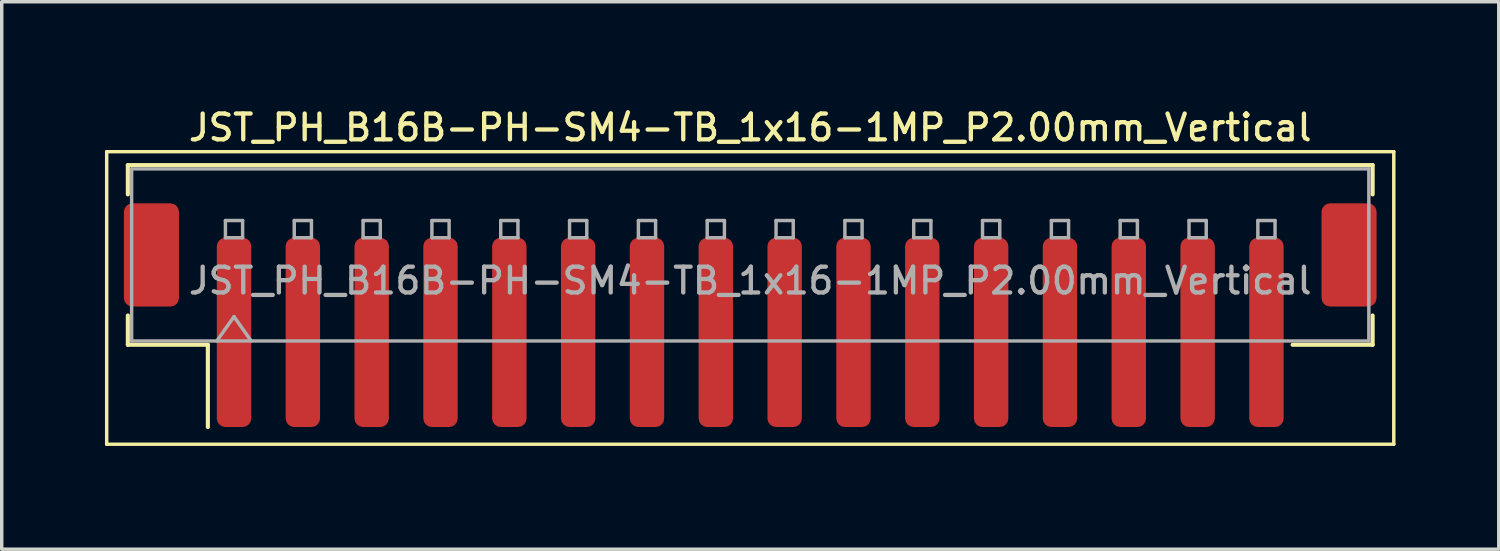
<source format=kicad_pcb>
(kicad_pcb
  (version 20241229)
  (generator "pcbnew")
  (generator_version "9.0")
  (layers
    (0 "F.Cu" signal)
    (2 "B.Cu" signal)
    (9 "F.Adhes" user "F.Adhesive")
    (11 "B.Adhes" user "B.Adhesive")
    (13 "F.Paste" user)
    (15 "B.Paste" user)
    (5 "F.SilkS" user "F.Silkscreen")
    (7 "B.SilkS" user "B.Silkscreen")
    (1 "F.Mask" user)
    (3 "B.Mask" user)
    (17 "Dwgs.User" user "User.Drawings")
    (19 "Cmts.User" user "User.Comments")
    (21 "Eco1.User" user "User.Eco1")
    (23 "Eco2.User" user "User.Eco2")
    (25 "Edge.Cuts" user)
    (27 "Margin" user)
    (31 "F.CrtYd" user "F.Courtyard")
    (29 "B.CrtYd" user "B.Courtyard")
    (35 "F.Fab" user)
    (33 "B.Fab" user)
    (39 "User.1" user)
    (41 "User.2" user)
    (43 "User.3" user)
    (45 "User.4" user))
  (footprint "JST_PH_B16B-PH-SM4-TB_1x16-1MP_P2.00mm_Vertical"
    (layer "F.Cu")
    (at 18.75 6.108)
    (property "Reference" "JST_PH_B16B-PH-SM4-TB_1x16-1MP_P2.00mm_Vertical" (at 0 -5.45 0) (layer "F.SilkS") (effects (font (size 0.75 0.75) (thickness 0.125))))
    (attr smd)
    (fp_line (start -18.7 -4.75) (end -18.7 3.75) (stroke (width 0.1) (type solid)) (layer "F.SilkS"))
    (fp_line (start -18.7 3.75) (end 18.7 3.75) (stroke (width 0.1) (type solid)) (layer "F.SilkS"))
    (fp_line (start -18.085 -4.36) (end 18.085 -4.36) (stroke (width 0.12) (type solid)) (layer "F.SilkS"))
    (fp_line (start -18.085 -3.51) (end -18.085 -4.36) (stroke (width 0.12) (type solid)) (layer "F.SilkS"))
    (fp_line (start -18.085 0.01) (end -18.085 0.86) (stroke (width 0.12) (type solid)) (layer "F.SilkS"))
    (fp_line (start -18.085 0.86) (end -15.76 0.86) (stroke (width 0.12) (type solid)) (layer "F.SilkS"))
    (fp_line (start -15.76 0.86) (end -15.76 3.25) (stroke (width 0.12) (type solid)) (layer "F.SilkS"))
    (fp_line (start 18.085 -4.36) (end 18.085 -3.51) (stroke (width 0.12) (type solid)) (layer "F.SilkS"))
    (fp_line (start 18.085 0.01) (end 18.085 0.86) (stroke (width 0.12) (type solid)) (layer "F.SilkS"))
    (fp_line (start 18.085 0.86) (end 15.76 0.86) (stroke (width 0.12) (type solid)) (layer "F.SilkS"))
    (fp_line (start 18.7 -4.75) (end -18.7 -4.75) (stroke (width 0.1) (type solid)) (layer "F.SilkS"))
    (fp_line (start 18.7 3.75) (end 18.7 -4.75) (stroke (width 0.1) (type solid)) (layer "F.SilkS"))
    (fp_line (start -17.975 -4.25) (end 17.975 -4.25) (stroke (width 0.1) (type solid)) (layer "F.Fab"))
    (fp_line (start -17.975 0.75) (end -17.975 -4.25) (stroke (width 0.1) (type solid)) (layer "F.Fab"))
    (fp_line (start -17.975 0.75) (end 17.975 0.75) (stroke (width 0.1) (type solid)) (layer "F.Fab"))
    (fp_line (start -15.5 0.75) (end -15 0.043) (stroke (width 0.1) (type solid)) (layer "F.Fab"))
    (fp_line (start -15.25 -2.75) (end -15.25 -2.25) (stroke (width 0.1) (type solid)) (layer "F.Fab"))
    (fp_line (start -15.25 -2.25) (end -14.75 -2.25) (stroke (width 0.1) (type solid)) (layer "F.Fab"))
    (fp_line (start -15 0.043) (end -14.5 0.75) (stroke (width 0.1) (type solid)) (layer "F.Fab"))
    (fp_line (start -14.75 -2.75) (end -15.25 -2.75) (stroke (width 0.1) (type solid)) (layer "F.Fab"))
    (fp_line (start -14.75 -2.25) (end -14.75 -2.75) (stroke (width 0.1) (type solid)) (layer "F.Fab"))
    (fp_line (start -13.25 -2.75) (end -13.25 -2.25) (stroke (width 0.1) (type solid)) (layer "F.Fab"))
    (fp_line (start -13.25 -2.25) (end -12.75 -2.25) (stroke (width 0.1) (type solid)) (layer "F.Fab"))
    (fp_line (start -12.75 -2.75) (end -13.25 -2.75) (stroke (width 0.1) (type solid)) (layer "F.Fab"))
    (fp_line (start -12.75 -2.25) (end -12.75 -2.75) (stroke (width 0.1) (type solid)) (layer "F.Fab"))
    (fp_line (start -11.25 -2.75) (end -11.25 -2.25) (stroke (width 0.1) (type solid)) (layer "F.Fab"))
    (fp_line (start -11.25 -2.25) (end -10.75 -2.25) (stroke (width 0.1) (type solid)) (layer "F.Fab"))
    (fp_line (start -10.75 -2.75) (end -11.25 -2.75) (stroke (width 0.1) (type solid)) (layer "F.Fab"))
    (fp_line (start -10.75 -2.25) (end -10.75 -2.75) (stroke (width 0.1) (type solid)) (layer "F.Fab"))
    (fp_line (start -9.25 -2.75) (end -9.25 -2.25) (stroke (width 0.1) (type solid)) (layer "F.Fab"))
    (fp_line (start -9.25 -2.25) (end -8.75 -2.25) (stroke (width 0.1) (type solid)) (layer "F.Fab"))
    (fp_line (start -8.75 -2.75) (end -9.25 -2.75) (stroke (width 0.1) (type solid)) (layer "F.Fab"))
    (fp_line (start -8.75 -2.25) (end -8.75 -2.75) (stroke (width 0.1) (type solid)) (layer "F.Fab"))
    (fp_line (start -7.25 -2.75) (end -7.25 -2.25) (stroke (width 0.1) (type solid)) (layer "F.Fab"))
    (fp_line (start -7.25 -2.25) (end -6.75 -2.25) (stroke (width 0.1) (type solid)) (layer "F.Fab"))
    (fp_line (start -6.75 -2.75) (end -7.25 -2.75) (stroke (width 0.1) (type solid)) (layer "F.Fab"))
    (fp_line (start -6.75 -2.25) (end -6.75 -2.75) (stroke (width 0.1) (type solid)) (layer "F.Fab"))
    (fp_line (start -5.25 -2.75) (end -5.25 -2.25) (stroke (width 0.1) (type solid)) (layer "F.Fab"))
    (fp_line (start -5.25 -2.25) (end -4.75 -2.25) (stroke (width 0.1) (type solid)) (layer "F.Fab"))
    (fp_line (start -4.75 -2.75) (end -5.25 -2.75) (stroke (width 0.1) (type solid)) (layer "F.Fab"))
    (fp_line (start -4.75 -2.25) (end -4.75 -2.75) (stroke (width 0.1) (type solid)) (layer "F.Fab"))
    (fp_line (start -3.25 -2.75) (end -3.25 -2.25) (stroke (width 0.1) (type solid)) (layer "F.Fab"))
    (fp_line (start -3.25 -2.25) (end -2.75 -2.25) (stroke (width 0.1) (type solid)) (layer "F.Fab"))
    (fp_line (start -2.75 -2.75) (end -3.25 -2.75) (stroke (width 0.1) (type solid)) (layer "F.Fab"))
    (fp_line (start -2.75 -2.25) (end -2.75 -2.75) (stroke (width 0.1) (type solid)) (layer "F.Fab"))
    (fp_line (start -1.25 -2.75) (end -1.25 -2.25) (stroke (width 0.1) (type solid)) (layer "F.Fab"))
    (fp_line (start -1.25 -2.25) (end -0.75 -2.25) (stroke (width 0.1) (type solid)) (layer "F.Fab"))
    (fp_line (start -0.75 -2.75) (end -1.25 -2.75) (stroke (width 0.1) (type solid)) (layer "F.Fab"))
    (fp_line (start -0.75 -2.25) (end -0.75 -2.75) (stroke (width 0.1) (type solid)) (layer "F.Fab"))
    (fp_line (start 0.75 -2.75) (end 0.75 -2.25) (stroke (width 0.1) (type solid)) (layer "F.Fab"))
    (fp_line (start 0.75 -2.25) (end 1.25 -2.25) (stroke (width 0.1) (type solid)) (layer "F.Fab"))
    (fp_line (start 1.25 -2.75) (end 0.75 -2.75) (stroke (width 0.1) (type solid)) (layer "F.Fab"))
    (fp_line (start 1.25 -2.25) (end 1.25 -2.75) (stroke (width 0.1) (type solid)) (layer "F.Fab"))
    (fp_line (start 2.75 -2.75) (end 2.75 -2.25) (stroke (width 0.1) (type solid)) (layer "F.Fab"))
    (fp_line (start 2.75 -2.25) (end 3.25 -2.25) (stroke (width 0.1) (type solid)) (layer "F.Fab"))
    (fp_line (start 3.25 -2.75) (end 2.75 -2.75) (stroke (width 0.1) (type solid)) (layer "F.Fab"))
    (fp_line (start 3.25 -2.25) (end 3.25 -2.75) (stroke (width 0.1) (type solid)) (layer "F.Fab"))
    (fp_line (start 4.75 -2.75) (end 4.75 -2.25) (stroke (width 0.1) (type solid)) (layer "F.Fab"))
    (fp_line (start 4.75 -2.25) (end 5.25 -2.25) (stroke (width 0.1) (type solid)) (layer "F.Fab"))
    (fp_line (start 5.25 -2.75) (end 4.75 -2.75) (stroke (width 0.1) (type solid)) (layer "F.Fab"))
    (fp_line (start 5.25 -2.25) (end 5.25 -2.75) (stroke (width 0.1) (type solid)) (layer "F.Fab"))
    (fp_line (start 6.75 -2.75) (end 6.75 -2.25) (stroke (width 0.1) (type solid)) (layer "F.Fab"))
    (fp_line (start 6.75 -2.25) (end 7.25 -2.25) (stroke (width 0.1) (type solid)) (layer "F.Fab"))
    (fp_line (start 7.25 -2.75) (end 6.75 -2.75) (stroke (width 0.1) (type solid)) (layer "F.Fab"))
    (fp_line (start 7.25 -2.25) (end 7.25 -2.75) (stroke (width 0.1) (type solid)) (layer "F.Fab"))
    (fp_line (start 8.75 -2.75) (end 8.75 -2.25) (stroke (width 0.1) (type solid)) (layer "F.Fab"))
    (fp_line (start 8.75 -2.25) (end 9.25 -2.25) (stroke (width 0.1) (type solid)) (layer "F.Fab"))
    (fp_line (start 9.25 -2.75) (end 8.75 -2.75) (stroke (width 0.1) (type solid)) (layer "F.Fab"))
    (fp_line (start 9.25 -2.25) (end 9.25 -2.75) (stroke (width 0.1) (type solid)) (layer "F.Fab"))
    (fp_line (start 10.75 -2.75) (end 10.75 -2.25) (stroke (width 0.1) (type solid)) (layer "F.Fab"))
    (fp_line (start 10.75 -2.25) (end 11.25 -2.25) (stroke (width 0.1) (type solid)) (layer "F.Fab"))
    (fp_line (start 11.25 -2.75) (end 10.75 -2.75) (stroke (width 0.1) (type solid)) (layer "F.Fab"))
    (fp_line (start 11.25 -2.25) (end 11.25 -2.75) (stroke (width 0.1) (type solid)) (layer "F.Fab"))
    (fp_line (start 12.75 -2.75) (end 12.75 -2.25) (stroke (width 0.1) (type solid)) (layer "F.Fab"))
    (fp_line (start 12.75 -2.25) (end 13.25 -2.25) (stroke (width 0.1) (type solid)) (layer "F.Fab"))
    (fp_line (start 13.25 -2.75) (end 12.75 -2.75) (stroke (width 0.1) (type solid)) (layer "F.Fab"))
    (fp_line (start 13.25 -2.25) (end 13.25 -2.75) (stroke (width 0.1) (type solid)) (layer "F.Fab"))
    (fp_line (start 14.75 -2.75) (end 14.75 -2.25) (stroke (width 0.1) (type solid)) (layer "F.Fab"))
    (fp_line (start 14.75 -2.25) (end 15.25 -2.25) (stroke (width 0.1) (type solid)) (layer "F.Fab"))
    (fp_line (start 15.25 -2.75) (end 14.75 -2.75) (stroke (width 0.1) (type solid)) (layer "F.Fab"))
    (fp_line (start 15.25 -2.25) (end 15.25 -2.75) (stroke (width 0.1) (type solid)) (layer "F.Fab"))
    (fp_line (start 17.975 0.75) (end 17.975 -4.25) (stroke (width 0.1) (type solid)) (layer "F.Fab"))
    (fp_text user "${REFERENCE}" (at 0 -1 0) (layer "F.Fab") (effects (font (size 0.75 0.75) (thickness 0.125))))
    (pad "1" smd roundrect (at -15 0.5) (size 1 5.5) (layers "F.Cu" "F.Mask" "F.Paste") (roundrect_rratio 0.25))
    (pad "2" smd roundrect (at -13 0.5) (size 1 5.5) (layers "F.Cu" "F.Mask" "F.Paste") (roundrect_rratio 0.25))
    (pad "3" smd roundrect (at -11 0.5) (size 1 5.5) (layers "F.Cu" "F.Mask" "F.Paste") (roundrect_rratio 0.25))
    (pad "4" smd roundrect (at -9 0.5) (size 1 5.5) (layers "F.Cu" "F.Mask" "F.Paste") (roundrect_rratio 0.25))
    (pad "5" smd roundrect (at -7 0.5) (size 1 5.5) (layers "F.Cu" "F.Mask" "F.Paste") (roundrect_rratio 0.25))
    (pad "6" smd roundrect (at -5 0.5) (size 1 5.5) (layers "F.Cu" "F.Mask" "F.Paste") (roundrect_rratio 0.25))
    (pad "7" smd roundrect (at -3 0.5) (size 1 5.5) (layers "F.Cu" "F.Mask" "F.Paste") (roundrect_rratio 0.25))
    (pad "8" smd roundrect (at -1 0.5) (size 1 5.5) (layers "F.Cu" "F.Mask" "F.Paste") (roundrect_rratio 0.25))
    (pad "9" smd roundrect (at 1 0.5) (size 1 5.5) (layers "F.Cu" "F.Mask" "F.Paste") (roundrect_rratio 0.25))
    (pad "10" smd roundrect (at 3 0.5) (size 1 5.5) (layers "F.Cu" "F.Mask" "F.Paste") (roundrect_rratio 0.25))
    (pad "11" smd roundrect (at 5 0.5) (size 1 5.5) (layers "F.Cu" "F.Mask" "F.Paste") (roundrect_rratio 0.25))
    (pad "12" smd roundrect (at 7 0.5) (size 1 5.5) (layers "F.Cu" "F.Mask" "F.Paste") (roundrect_rratio 0.25))
    (pad "13" smd roundrect (at 9 0.5) (size 1 5.5) (layers "F.Cu" "F.Mask" "F.Paste") (roundrect_rratio 0.25))
    (pad "14" smd roundrect (at 11 0.5) (size 1 5.5) (layers "F.Cu" "F.Mask" "F.Paste") (roundrect_rratio 0.25))
    (pad "15" smd roundrect (at 13 0.5) (size 1 5.5) (layers "F.Cu" "F.Mask" "F.Paste") (roundrect_rratio 0.25))
    (pad "16" smd roundrect (at 15 0.5) (size 1 5.5) (layers "F.Cu" "F.Mask" "F.Paste") (roundrect_rratio 0.25))
    (pad "MP" smd roundrect (at -17.4 -1.75) (size 1.6 3) (layers "F.Cu" "F.Mask" "F.Paste") (roundrect_rratio 0.156))
    (pad "MP" smd roundrect (at 17.4 -1.75) (size 1.6 3) (layers "F.Cu" "F.Mask" "F.Paste") (roundrect_rratio 0.156)))
  (gr_rect
    (start -3 -3)
    (end 40.5 12.908)
    (stroke (width 0.1) (type default))
    (fill no)
    (layer "Edge.Cuts")))
</source>
